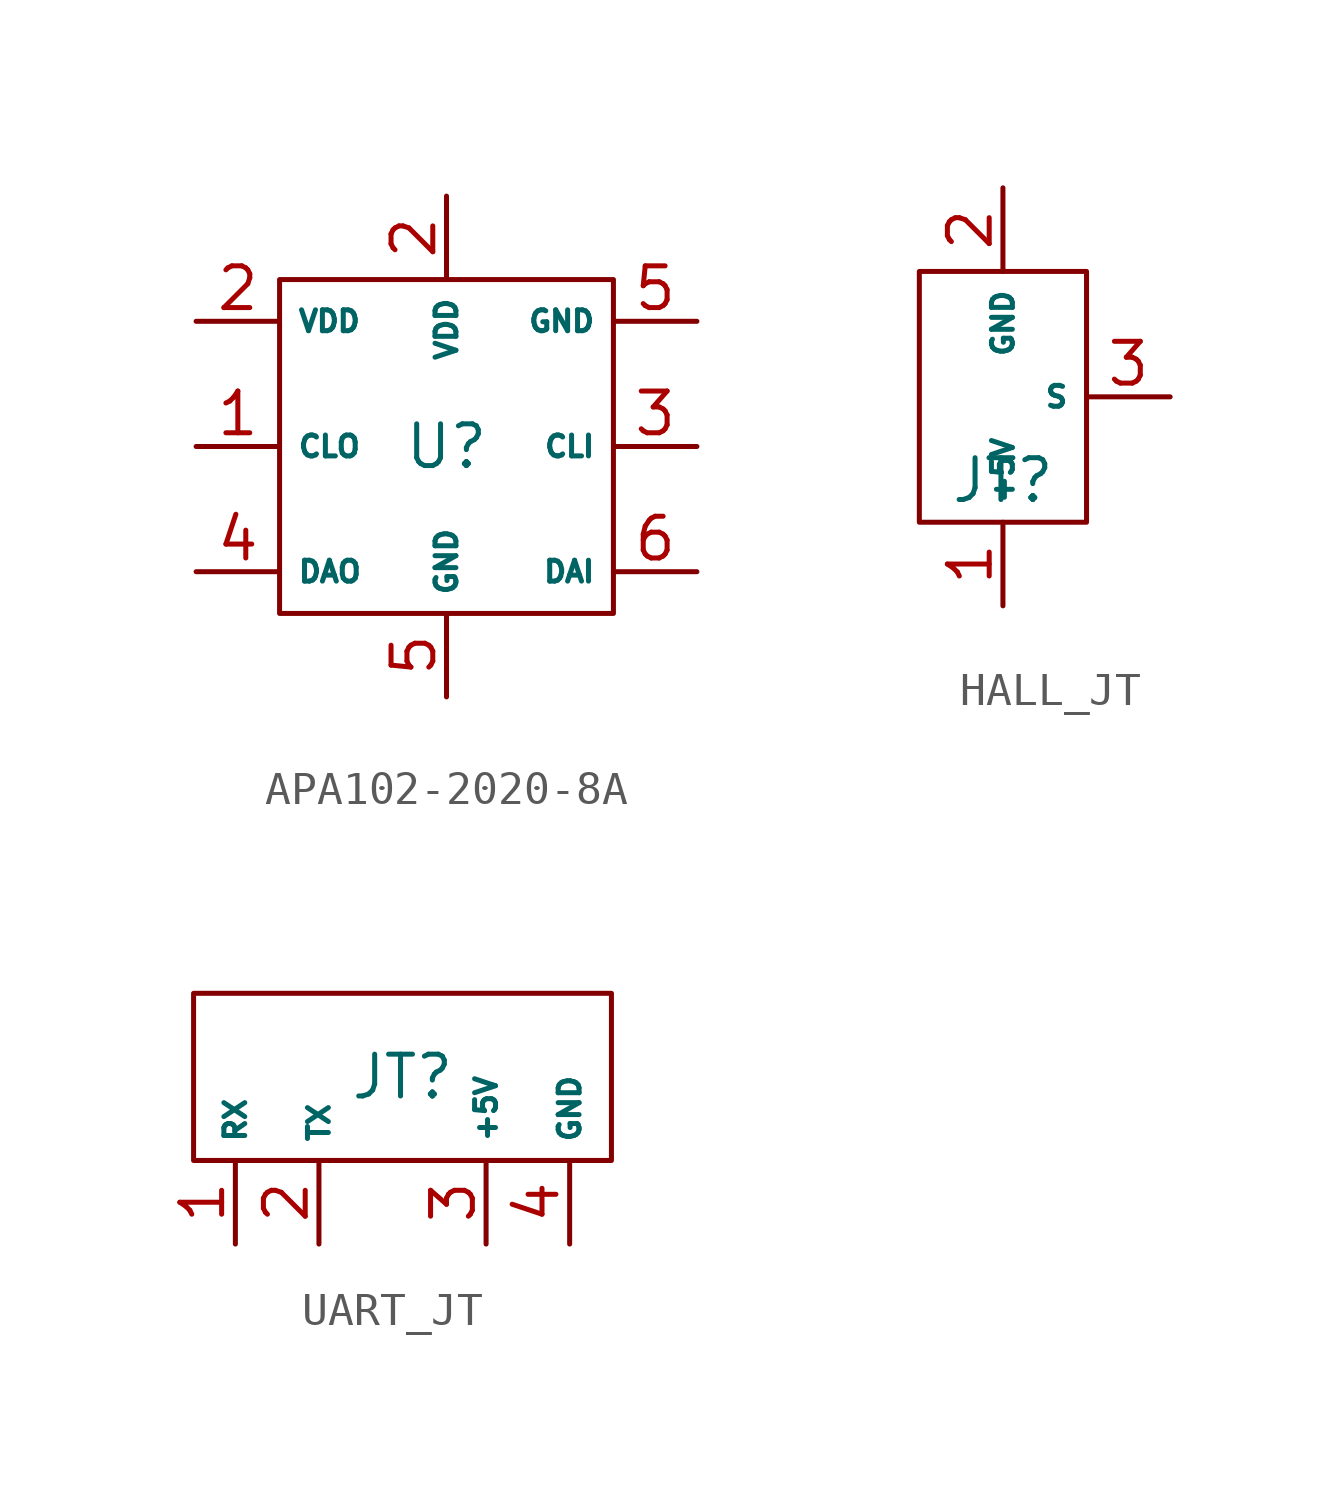
<source format=kicad_sym>
(kicad_symbol_lib
  (version 20231120)
  (generator "kicad_symbol_editor")
  (generator_version "8.0")
  (symbol "APA102-2020-8A"
    (property "Reference" "U"
      (at 0 0 0)
      (effects (font (size 1.27 1.27))))
    (property "Value" ""
      (at 0 0 0)
      (effects (font (size 1.27 1.27))))
    (symbol "APA102-2020-8A_0_1"
      (rectangle (start -5.08 5.08) (end 5.08 -5.08) (stroke (width 0) (type default)) (fill (type none))))
    (symbol "APA102-2020-8A_1_1"
      (pin output line (at -7.62 0 0) (length 2.54) (name "CLO" (effects (font (size 0.635 0.635)))) (number "1" (effects (font (size 1.27 1.27)))))
      (pin input line (at -7.62 3.81 0) (length 2.54) (name "VDD" (effects (font (size 0.635 0.635)))) (number "2" (effects (font (size 1.27 1.27)))))
      (pin input line (at 0 7.62 270) (length 2.54) (name "VDD" (effects (font (size 0.635 0.635)))) (number "2" (effects (font (size 1.27 1.27)))))
      (pin input line (at 7.62 0 180) (length 2.54) (name "CLI" (effects (font (size 0.635 0.635)))) (number "3" (effects (font (size 1.27 1.27)))))
      (pin output line (at -7.62 -3.81 0) (length 2.54) (name "DAO" (effects (font (size 0.635 0.635)))) (number "4" (effects (font (size 1.27 1.27)))))
      (pin input line (at 0 -7.62 90) (length 2.54) (name "GND" (effects (font (size 0.635 0.635)))) (number "5" (effects (font (size 1.27 1.27)))))
      (pin input line (at 7.62 3.81 180) (length 2.54) (name "GND" (effects (font (size 0.635 0.635)))) (number "5" (effects (font (size 1.27 1.27)))))
      (pin input line (at 7.62 -3.81 180) (length 2.54) (name "DAI" (effects (font (size 0.635 0.635)))) (number "6" (effects (font (size 1.27 1.27)))))))
  (symbol "HALL_JT"
    (property "Reference" "JT"
      (at 0 0 0)
      (effects (font (size 1.27 1.27))))
    (property "Value" ""
      (at 0 0 0)
      (effects (font (size 1.27 1.27))))
    (symbol "HALL_JT_0_1"
      (rectangle (start -2.54 6.35) (end 2.54 -1.27) (stroke (width 0) (type default)) (fill (type none))))
    (symbol "HALL_JT_1_1"
      (pin input line (at 0 -3.81 90) (length 2.54) (name "+5V" (effects (font (size 0.635 0.635)))) (number "1" (effects (font (size 1.27 1.27)))))
      (pin input line (at 0 8.89 270) (length 2.54) (name "GND" (effects (font (size 0.635 0.635)))) (number "2" (effects (font (size 1.27 1.27)))))
      (pin input line (at 5.08 2.54 180) (length 2.54) (name "S" (effects (font (size 0.635 0.635)))) (number "3" (effects (font (size 1.27 1.27)))))))
  (symbol "UART_JT"
    (property "Reference" "JT"
      (at 0 0 0)
      (effects (font (size 1.27 1.27))))
    (property "Value" ""
      (at 0 0 0)
      (effects (font (size 1.27 1.27))))
    (symbol "UART_JT_0_1"
      (rectangle (start -6.35 2.54) (end 6.35 -2.54) (stroke (width 0) (type default)) (fill (type none))))
    (symbol "UART_JT_1_1"
      (pin input line (at -5.08 -5.08 90) (length 2.54) (name "RX" (effects (font (size 0.635 0.635)))) (number "1" (effects (font (size 1.27 1.27)))))
      (pin input line (at -2.54 -5.08 90) (length 2.54) (name "TX" (effects (font (size 0.635 0.635)))) (number "2" (effects (font (size 1.27 1.27)))))
      (pin input line (at 2.54 -5.08 90) (length 2.54) (name "+5V" (effects (font (size 0.635 0.635)))) (number "3" (effects (font (size 1.27 1.27)))))
      (pin input line (at 5.08 -5.08 90) (length 2.54) (name "GND" (effects (font (size 0.635 0.635)))) (number "4" (effects (font (size 1.27 1.27))))))))
</source>
